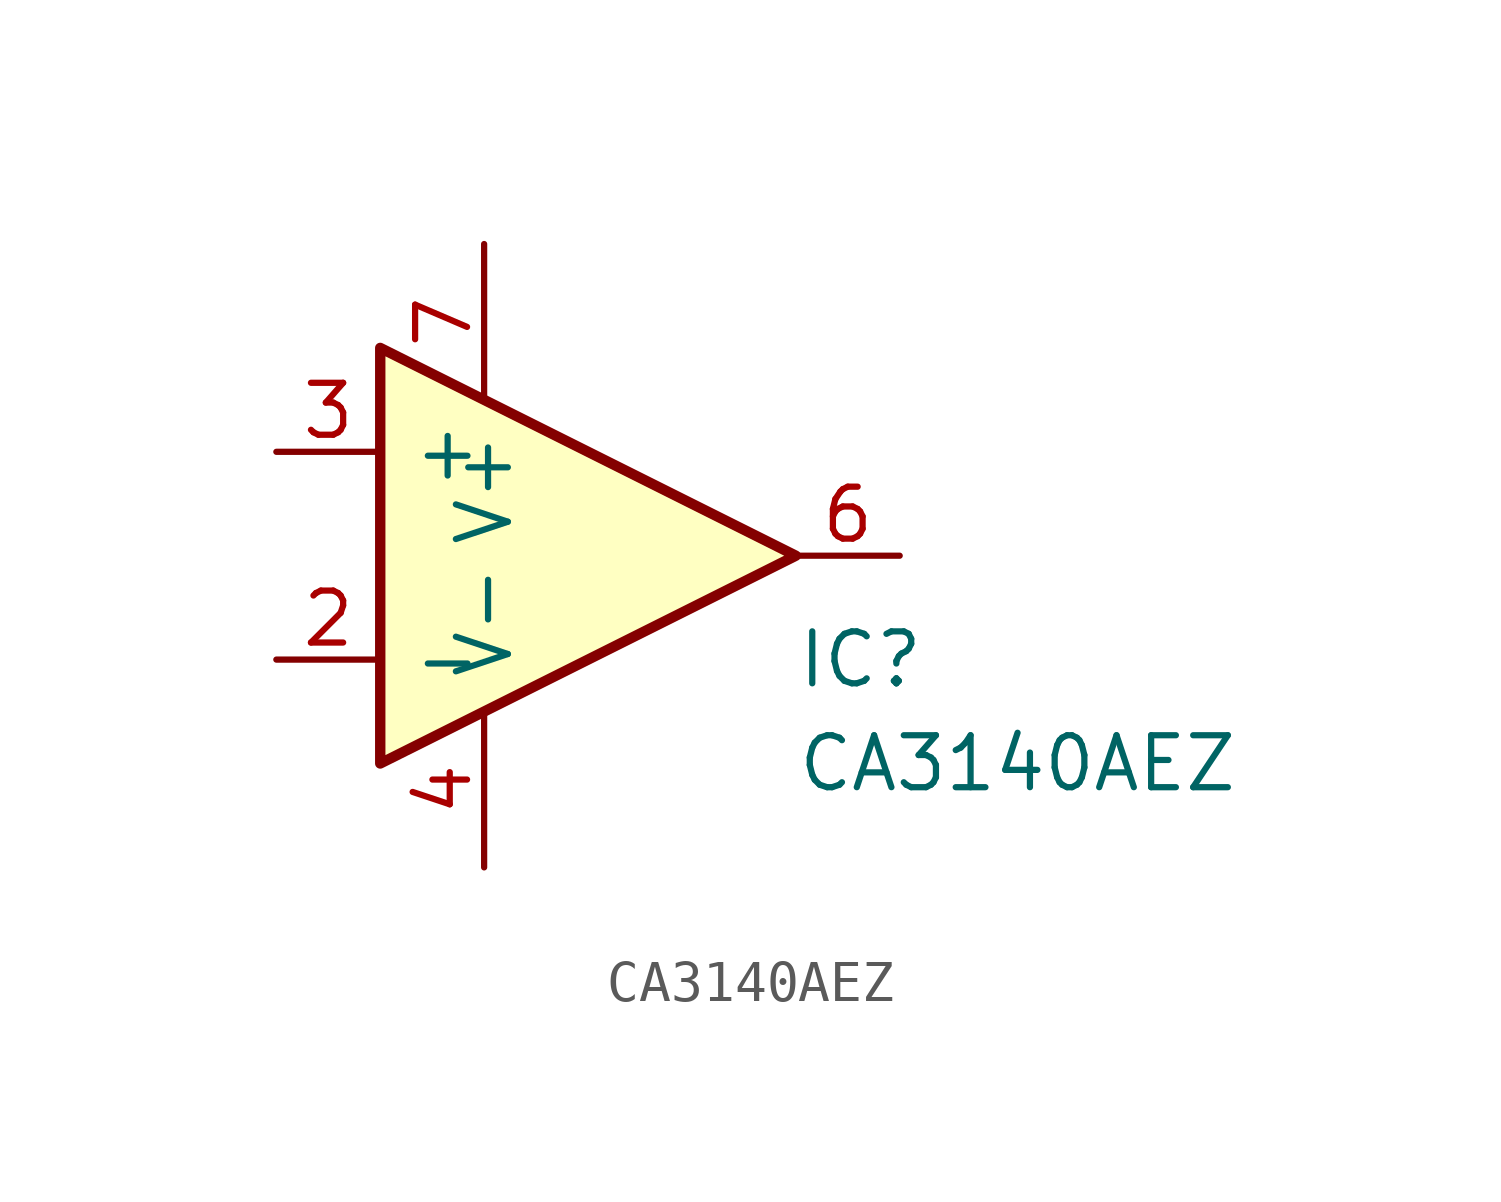
<source format=kicad_sym>
(kicad_symbol_lib
  (version 20211014)
  (generator kicad_symbol_editor)
  (symbol "CA3140AEZ"
    (pin_names
      (offset 0.762))
    (property "Reference" "IC"
      (at 5.08 -2.54 0)
      (effects (font (size 1.27 1.27)) (justify left)))
    (property "Value" "CA3140AEZ"
      (at 5.08 -5.08 0)
      (effects (font (size 1.27 1.27)) (justify left)))
    (symbol "CA3140AEZ_0_0"
      (pin passive line (at 0 -7.62 90) (length 5.08) hide (name "OFFSET_NULL_1" (effects (font (size 1.27 1.27)))) (number "1" (effects (font (size 1.27 1.27)))))
      (pin passive line (at 2.54 -6.35 90) (length 5.08) hide (name "OFFSET_NULL_2" (effects (font (size 1.27 1.27)))) (number "5" (effects (font (size 1.27 1.27)))))
      (pin passive line (at 2.54 6.35 270) (length 5.08) hide (name "STROBE" (effects (font (size 1.27 1.27)))) (number "8" (effects (font (size 1.27 1.27))))))
    (symbol "CA3140AEZ_1_1"
      (polyline (pts (xy -5.08 5.08) (xy 5.08 0) (xy -5.08 -5.08) (xy -5.08 5.08)) (stroke (width 0.254) (type default) (color 0 0 0 0)) (fill (type background)))
      (pin input line (at -7.62 -2.54 0) (length 2.54) (name "-" (effects (font (size 1.27 1.27)))) (number "2" (effects (font (size 1.27 1.27)))))
      (pin input line (at -7.62 2.54 0) (length 2.54) (name "+" (effects (font (size 1.27 1.27)))) (number "3" (effects (font (size 1.27 1.27)))))
      (pin power_in line (at -2.54 -7.62 90) (length 3.81) (name "V-" (effects (font (size 1.27 1.27)))) (number "4" (effects (font (size 1.27 1.27)))))
      (pin output line (at 7.62 0 180) (length 2.54) (name "~" (effects (font (size 1.27 1.27)))) (number "6" (effects (font (size 1.27 1.27)))))
      (pin power_in line (at -2.54 7.62 270) (length 3.81) (name "V+" (effects (font (size 1.27 1.27)))) (number "7" (effects (font (size 1.27 1.27))))))))
</source>
